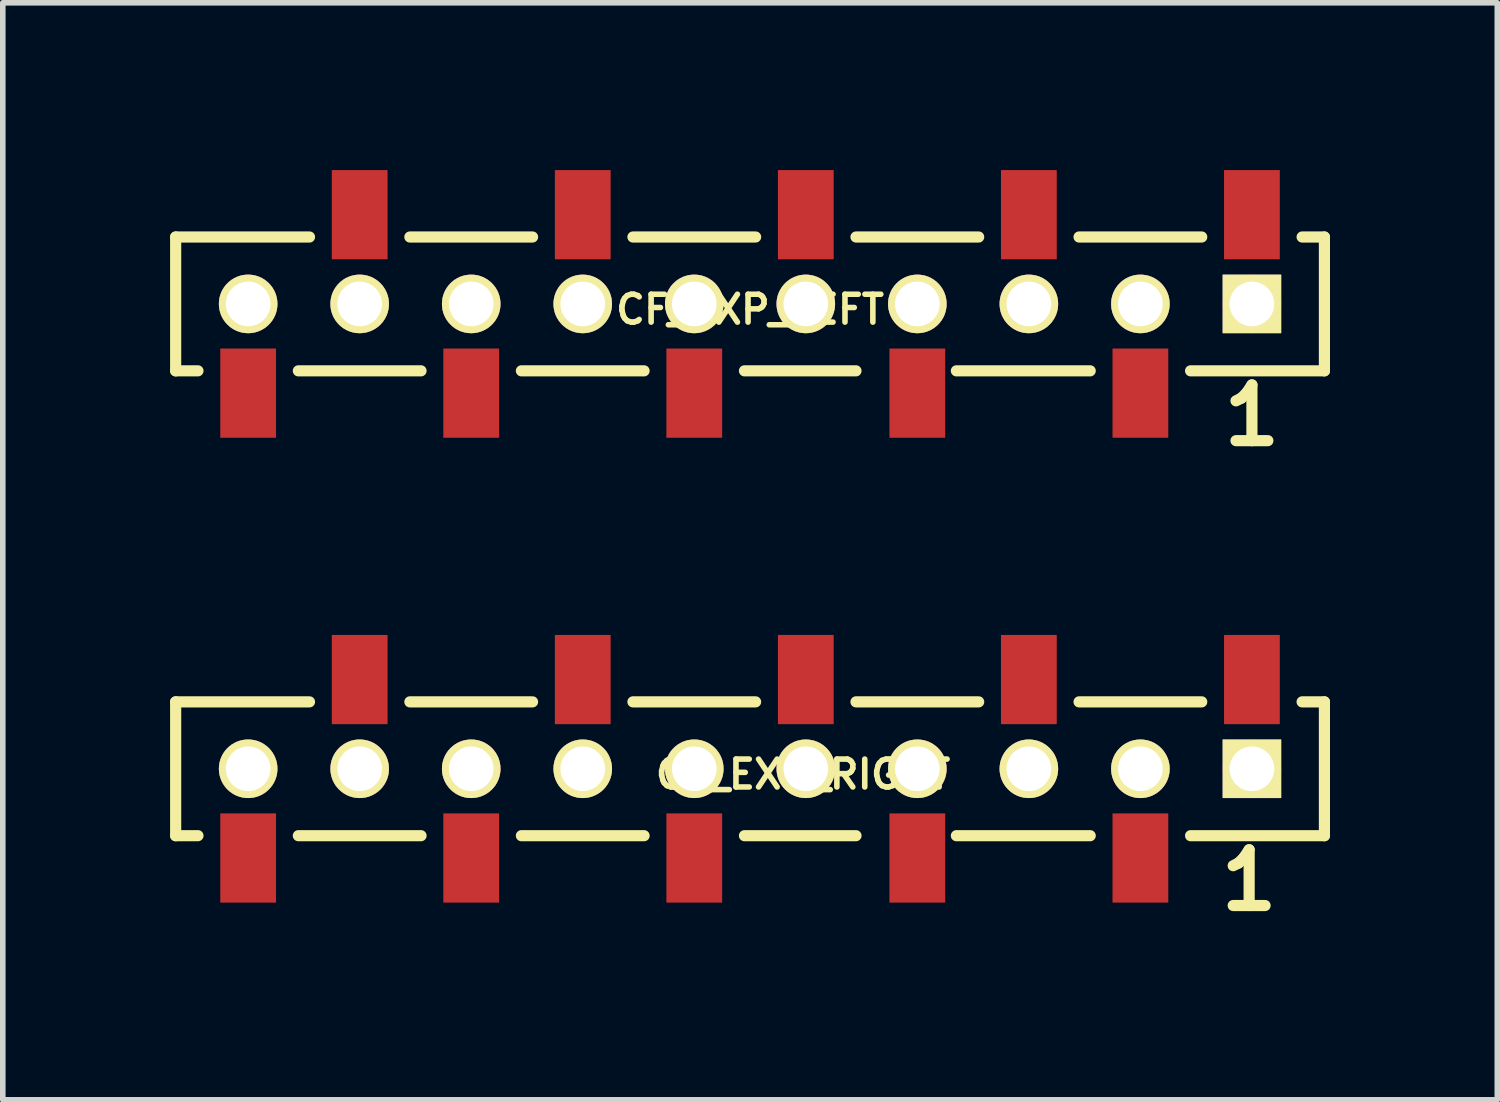
<source format=kicad_pcb>
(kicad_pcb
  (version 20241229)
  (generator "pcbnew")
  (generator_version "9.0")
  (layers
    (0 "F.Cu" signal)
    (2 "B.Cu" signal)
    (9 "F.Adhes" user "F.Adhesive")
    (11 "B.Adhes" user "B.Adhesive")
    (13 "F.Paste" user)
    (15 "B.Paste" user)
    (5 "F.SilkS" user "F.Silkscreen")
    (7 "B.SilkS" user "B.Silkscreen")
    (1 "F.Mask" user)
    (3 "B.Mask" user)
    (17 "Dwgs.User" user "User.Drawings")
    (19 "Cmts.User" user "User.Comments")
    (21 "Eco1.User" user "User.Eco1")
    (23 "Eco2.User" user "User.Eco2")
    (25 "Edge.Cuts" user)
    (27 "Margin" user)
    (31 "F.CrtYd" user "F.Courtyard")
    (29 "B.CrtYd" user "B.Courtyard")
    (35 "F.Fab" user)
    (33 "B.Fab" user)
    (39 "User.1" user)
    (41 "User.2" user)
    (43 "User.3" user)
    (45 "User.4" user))
  (footprint "CF_EXP_RIGHT"
    (layer "F.Cu")
    (at 11.35 10.736)
    (property "Reference" "CF_EXP_RIGHT" (at 0 0.1 0) (layer "F.SilkS") (effects (font (size 0.5 0.5) (thickness 0.1))))
    (attr through_hole)
    (fp_line (start -11.25 -1.2) (end -11.25 1.2) (stroke (width 0.2) (type solid)) (layer "F.SilkS"))
    (fp_line (start -11.25 1.2) (end -10.85 1.2) (stroke (width 0.2) (type solid)) (layer "F.SilkS"))
    (fp_line (start -8.85 -1.2) (end -11.25 -1.2) (stroke (width 0.2) (type solid)) (layer "F.SilkS"))
    (fp_line (start -6.85 1.2) (end -9.05 1.2) (stroke (width 0.2) (type solid)) (layer "F.SilkS"))
    (fp_line (start -4.85 -1.2) (end -7.05 -1.2) (stroke (width 0.2) (type solid)) (layer "F.SilkS"))
    (fp_line (start -2.85 1.2) (end -5.05 1.2) (stroke (width 0.2) (type solid)) (layer "F.SilkS"))
    (fp_line (start -0.85 -1.2) (end -3.05 -1.2) (stroke (width 0.2) (type solid)) (layer "F.SilkS"))
    (fp_line (start 0.95 1.2) (end -1.05 1.2) (stroke (width 0.2) (type solid)) (layer "F.SilkS"))
    (fp_line (start 3.15 -1.2) (end 0.95 -1.2) (stroke (width 0.2) (type solid)) (layer "F.SilkS"))
    (fp_line (start 5.15 1.2) (end 2.75 1.2) (stroke (width 0.2) (type solid)) (layer "F.SilkS"))
    (fp_line (start 7.15 -1.2) (end 4.95 -1.2) (stroke (width 0.2) (type solid)) (layer "F.SilkS"))
    (fp_line (start 9.35 -1.2) (end 8.95 -1.2) (stroke (width 0.2) (type solid)) (layer "F.SilkS"))
    (fp_line (start 9.35 -1.2) (end 9.35 1.2) (stroke (width 0.2) (type solid)) (layer "F.SilkS"))
    (fp_line (start 9.35 1.2) (end 6.95 1.2) (stroke (width 0.2) (type solid)) (layer "F.SilkS"))
    (fp_text user "1" (at 8 2 0) (layer "F.SilkS") (effects (font (size 1 1) (thickness 0.2))))
    (pad "1" smd rect (at 8.05 -1.6) (size 1 1.6) (layers "F.Cu" "F.Mask" "F.Paste"))
    (pad "1" smd circle (at 8.05 0) (size 1.05 1.05) (layers "F.Cu" "F.Mask"))
    (pad "1" thru_hole rect (at 8.05 0) (size 1.05 1.05) (drill 0.8) (layers "*.Cu" "B.Mask" "F.SilkS"))
    (pad "2" smd circle (at 6.05 0) (size 1.05 1.05) (layers "F.Cu" "F.Mask"))
    (pad "2" thru_hole circle (at 6.05 0) (size 1.05 1.05) (drill 0.8) (layers "*.Cu" "B.Mask" "F.SilkS"))
    (pad "2" smd rect (at 6.05 1.6) (size 1 1.6) (layers "F.Cu" "F.Mask" "F.Paste"))
    (pad "3" smd rect (at 4.05 -1.6) (size 1 1.6) (layers "F.Cu" "F.Mask" "F.Paste"))
    (pad "3" smd circle (at 4.05 0) (size 1.05 1.05) (layers "F.Cu" "F.Mask"))
    (pad "3" thru_hole circle (at 4.05 0) (size 1.05 1.05) (drill 0.8) (layers "*.Cu" "B.Mask" "F.SilkS"))
    (pad "4" smd circle (at 2.05 0) (size 1.05 1.05) (layers "F.Cu" "F.Mask"))
    (pad "4" thru_hole circle (at 2.05 0) (size 1.05 1.05) (drill 0.8) (layers "*.Cu" "B.Mask" "F.SilkS"))
    (pad "4" smd rect (at 2.05 1.6) (size 1 1.6) (layers "F.Cu" "F.Mask" "F.Paste"))
    (pad "5" smd rect (at 0.05 -1.6) (size 1 1.6) (layers "F.Cu" "F.Mask" "F.Paste"))
    (pad "5" smd circle (at 0.05 0) (size 1.05 1.05) (layers "F.Cu" "F.Mask"))
    (pad "5" thru_hole circle (at 0.05 0) (size 1.05 1.05) (drill 0.8) (layers "*.Cu" "B.Mask" "F.SilkS"))
    (pad "6" smd circle (at -1.95 0) (size 1.05 1.05) (layers "F.Cu" "F.Mask"))
    (pad "6" thru_hole circle (at -1.95 0) (size 1.05 1.05) (drill 0.8) (layers "*.Cu" "B.Mask" "F.SilkS"))
    (pad "6" smd rect (at -1.95 1.6) (size 1 1.6) (layers "F.Cu" "F.Mask" "F.Paste"))
    (pad "7" smd rect (at -3.95 -1.6) (size 1 1.6) (layers "F.Cu" "F.Mask" "F.Paste"))
    (pad "7" smd circle (at -3.95 0) (size 1.05 1.05) (layers "F.Cu" "F.Mask"))
    (pad "7" thru_hole circle (at -3.95 0) (size 1.05 1.05) (drill 0.8) (layers "*.Cu" "B.Mask" "F.SilkS"))
    (pad "8" smd circle (at -5.95 0) (size 1.05 1.05) (layers "F.Cu" "F.Mask"))
    (pad "8" thru_hole circle (at -5.95 0) (size 1.05 1.05) (drill 0.8) (layers "*.Cu" "B.Mask" "F.SilkS"))
    (pad "8" smd rect (at -5.95 1.6) (size 1 1.6) (layers "F.Cu" "F.Mask" "F.Paste"))
    (pad "9" smd rect (at -7.95 -1.6) (size 1 1.6) (layers "F.Cu" "F.Mask" "F.Paste"))
    (pad "9" smd circle (at -7.95 0) (size 1.05 1.05) (layers "F.Cu" "F.Mask"))
    (pad "9" thru_hole circle (at -7.95 0) (size 1.05 1.05) (drill 0.8) (layers "*.Cu" "B.Mask" "F.SilkS"))
    (pad "10" smd circle (at -9.95 0) (size 1.05 1.05) (layers "F.Cu" "F.Mask"))
    (pad "10" thru_hole circle (at -9.95 0) (size 1.05 1.05) (drill 0.8) (layers "*.Cu" "B.Mask" "F.SilkS"))
    (pad "10" smd rect (at -9.95 1.6) (size 1 1.6) (layers "F.Cu" "F.Mask" "F.Paste")))
  (footprint "CF_EXP_LEFT"
    (layer "F.Cu")
    (at 10.4 2.4)
    (property "Reference" "CF_EXP_LEFT" (at 0 0.1 0) (layer "F.SilkS") (effects (font (size 0.5 0.5) (thickness 0.1))))
    (attr through_hole)
    (fp_line (start -10.3 -1.2) (end -10.3 1.2) (stroke (width 0.2) (type solid)) (layer "F.SilkS"))
    (fp_line (start -10.3 1.2) (end -9.9 1.2) (stroke (width 0.2) (type solid)) (layer "F.SilkS"))
    (fp_line (start -7.9 -1.2) (end -10.3 -1.2) (stroke (width 0.2) (type solid)) (layer "F.SilkS"))
    (fp_line (start -5.9 1.2) (end -8.1 1.2) (stroke (width 0.2) (type solid)) (layer "F.SilkS"))
    (fp_line (start -3.9 -1.2) (end -6.1 -1.2) (stroke (width 0.2) (type solid)) (layer "F.SilkS"))
    (fp_line (start -1.9 1.2) (end -4.1 1.2) (stroke (width 0.2) (type solid)) (layer "F.SilkS"))
    (fp_line (start 0.1 -1.2) (end -2.1 -1.2) (stroke (width 0.2) (type solid)) (layer "F.SilkS"))
    (fp_line (start 1.9 1.2) (end -0.1 1.2) (stroke (width 0.2) (type solid)) (layer "F.SilkS"))
    (fp_line (start 4.1 -1.2) (end 1.9 -1.2) (stroke (width 0.2) (type solid)) (layer "F.SilkS"))
    (fp_line (start 6.1 1.2) (end 3.7 1.2) (stroke (width 0.2) (type solid)) (layer "F.SilkS"))
    (fp_line (start 8.1 -1.2) (end 5.9 -1.2) (stroke (width 0.2) (type solid)) (layer "F.SilkS"))
    (fp_line (start 10.3 -1.2) (end 9.9 -1.2) (stroke (width 0.2) (type solid)) (layer "F.SilkS"))
    (fp_line (start 10.3 -1.2) (end 10.3 1.2) (stroke (width 0.2) (type solid)) (layer "F.SilkS"))
    (fp_line (start 10.3 1.2) (end 7.9 1.2) (stroke (width 0.2) (type solid)) (layer "F.SilkS"))
    (fp_text user "1" (at 9 2 0) (layer "F.SilkS") (effects (font (size 1 1) (thickness 0.2))))
    (pad "1" smd rect (at 9 -1.6) (size 1 1.6) (layers "F.Cu" "F.Mask" "F.Paste"))
    (pad "1" smd circle (at 9 0) (size 1.05 1.05) (layers "F.Cu" "F.Mask"))
    (pad "1" thru_hole rect (at 9 0) (size 1.05 1.05) (drill 0.8) (layers "*.Cu" "B.Mask" "F.SilkS"))
    (pad "2" smd circle (at 7 0) (size 1.05 1.05) (layers "F.Cu" "F.Mask"))
    (pad "2" thru_hole circle (at 7 0) (size 1.05 1.05) (drill 0.8) (layers "*.Cu" "B.Mask" "F.SilkS"))
    (pad "2" smd rect (at 7 1.6) (size 1 1.6) (layers "F.Cu" "F.Mask" "F.Paste"))
    (pad "3" smd rect (at 5 -1.6) (size 1 1.6) (layers "F.Cu" "F.Mask" "F.Paste"))
    (pad "3" smd circle (at 5 0) (size 1.05 1.05) (layers "F.Cu" "F.Mask"))
    (pad "3" thru_hole circle (at 5 0) (size 1.05 1.05) (drill 0.8) (layers "*.Cu" "B.Mask" "F.SilkS"))
    (pad "4" smd circle (at 3 0) (size 1.05 1.05) (layers "F.Cu" "F.Mask"))
    (pad "4" thru_hole circle (at 3 0) (size 1.05 1.05) (drill 0.8) (layers "*.Cu" "B.Mask" "F.SilkS"))
    (pad "4" smd rect (at 3 1.6) (size 1 1.6) (layers "F.Cu" "F.Mask" "F.Paste"))
    (pad "5" smd rect (at 1 -1.6) (size 1 1.6) (layers "F.Cu" "F.Mask" "F.Paste"))
    (pad "5" smd circle (at 1 0) (size 1.05 1.05) (layers "F.Cu" "F.Mask"))
    (pad "5" thru_hole circle (at 1 0) (size 1.05 1.05) (drill 0.8) (layers "*.Cu" "B.Mask" "F.SilkS"))
    (pad "6" smd circle (at -1 0) (size 1.05 1.05) (layers "F.Cu" "F.Mask"))
    (pad "6" thru_hole circle (at -1 0) (size 1.05 1.05) (drill 0.8) (layers "*.Cu" "B.Mask" "F.SilkS"))
    (pad "6" smd rect (at -1 1.6) (size 1 1.6) (layers "F.Cu" "F.Mask" "F.Paste"))
    (pad "7" smd rect (at -3 -1.6) (size 1 1.6) (layers "F.Cu" "F.Mask" "F.Paste"))
    (pad "7" smd circle (at -3 0) (size 1.05 1.05) (layers "F.Cu" "F.Mask"))
    (pad "7" thru_hole circle (at -3 0) (size 1.05 1.05) (drill 0.8) (layers "*.Cu" "B.Mask" "F.SilkS"))
    (pad "8" smd circle (at -5 0) (size 1.05 1.05) (layers "F.Cu" "F.Mask"))
    (pad "8" thru_hole circle (at -5 0) (size 1.05 1.05) (drill 0.8) (layers "*.Cu" "B.Mask" "F.SilkS"))
    (pad "8" smd rect (at -5 1.6) (size 1 1.6) (layers "F.Cu" "F.Mask" "F.Paste"))
    (pad "9" smd rect (at -7 -1.6) (size 1 1.6) (layers "F.Cu" "F.Mask" "F.Paste"))
    (pad "9" smd circle (at -7 0) (size 1.05 1.05) (layers "F.Cu" "F.Mask"))
    (pad "9" thru_hole circle (at -7 0) (size 1.05 1.05) (drill 0.8) (layers "*.Cu" "B.Mask" "F.SilkS"))
    (pad "10" smd circle (at -9 0) (size 1.05 1.05) (layers "F.Cu" "F.Mask"))
    (pad "10" thru_hole circle (at -9 0) (size 1.05 1.05) (drill 0.8) (layers "*.Cu" "B.Mask" "F.SilkS"))
    (pad "10" smd rect (at -9 1.6) (size 1 1.6) (layers "F.Cu" "F.Mask" "F.Paste")))
  (gr_rect
    (start -3 -3)
    (end 23.8 16.672)
    (stroke (width 0.1) (type default))
    (fill no)
    (layer "Edge.Cuts")))
</source>
